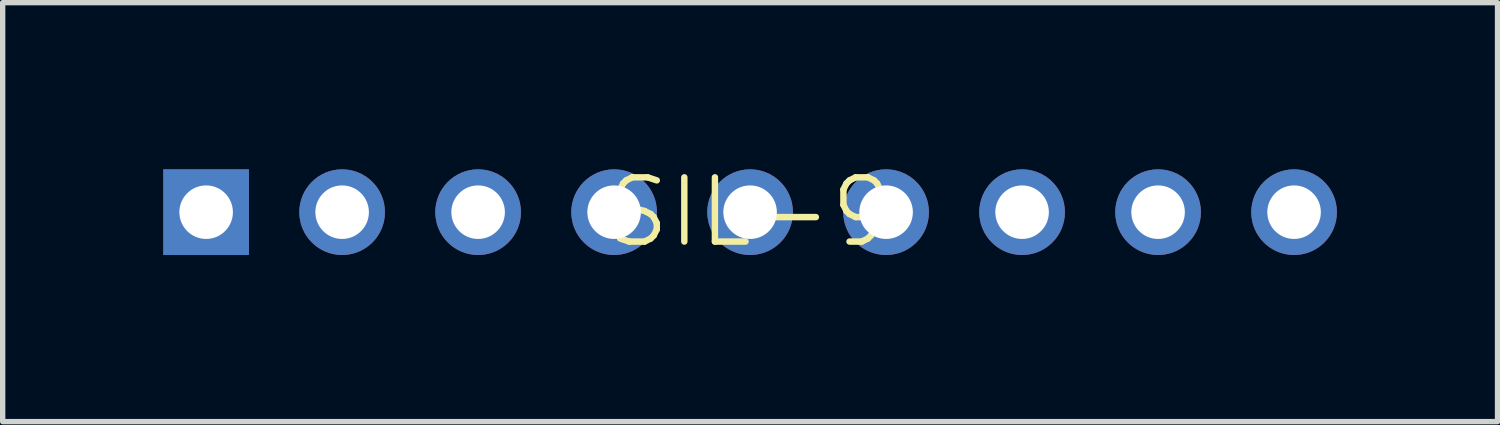
<source format=kicad_pcb>
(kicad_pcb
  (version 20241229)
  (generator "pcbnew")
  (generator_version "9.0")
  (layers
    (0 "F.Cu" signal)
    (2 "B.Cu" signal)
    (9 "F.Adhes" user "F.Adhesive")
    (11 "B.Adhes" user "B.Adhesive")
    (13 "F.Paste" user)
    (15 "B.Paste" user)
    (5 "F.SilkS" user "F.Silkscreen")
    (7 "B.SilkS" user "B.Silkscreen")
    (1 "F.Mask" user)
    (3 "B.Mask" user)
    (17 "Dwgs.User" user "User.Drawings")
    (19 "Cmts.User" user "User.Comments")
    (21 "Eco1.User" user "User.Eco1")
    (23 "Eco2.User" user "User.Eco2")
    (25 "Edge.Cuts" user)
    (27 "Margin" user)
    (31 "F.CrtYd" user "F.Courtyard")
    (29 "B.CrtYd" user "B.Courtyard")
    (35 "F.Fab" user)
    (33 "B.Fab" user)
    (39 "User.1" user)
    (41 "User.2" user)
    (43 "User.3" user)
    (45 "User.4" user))
  (footprint "SIL-9"
    (layer "F.Cu")
    (at 10.96 0.913)
    (property "Reference" "SIL-9" (at 0 0 0) (layer "F.SilkS") (effects (font (size 1.2 1.2) (thickness 0.12))))
    (attr through_hole)
    (pad "1" thru_hole rect (at -10.16 0) (size 1.6 1.6) (drill 1) (layers "*.Cu" "*.Mask"))
    (pad "2" thru_hole circle (at -7.62 0) (size 1.6 1.6) (drill 1) (layers "*.Cu" "*.Mask"))
    (pad "3" thru_hole circle (at -5.08 0) (size 1.6 1.6) (drill 1) (layers "*.Cu" "*.Mask"))
    (pad "4" thru_hole circle (at -2.54 0) (size 1.6 1.6) (drill 1) (layers "*.Cu" "*.Mask"))
    (pad "5" thru_hole circle (at 0 0) (size 1.6 1.6) (drill 1) (layers "*.Cu" "*.Mask"))
    (pad "6" thru_hole circle (at 2.54 0) (size 1.6 1.6) (drill 1) (layers "*.Cu" "*.Mask"))
    (pad "7" thru_hole circle (at 5.08 0) (size 1.6 1.6) (drill 1) (layers "*.Cu" "*.Mask"))
    (pad "8" thru_hole circle (at 7.62 0) (size 1.6 1.6) (drill 1) (layers "*.Cu" "*.Mask"))
    (pad "9" thru_hole circle (at 10.16 0) (size 1.6 1.6) (drill 1) (layers "*.Cu" "*.Mask")))
  (gr_rect
    (start -3 -3)
    (end 24.92 4.825)
    (stroke (width 0.1) (type default))
    (fill no)
    (layer "Edge.Cuts")))
</source>
